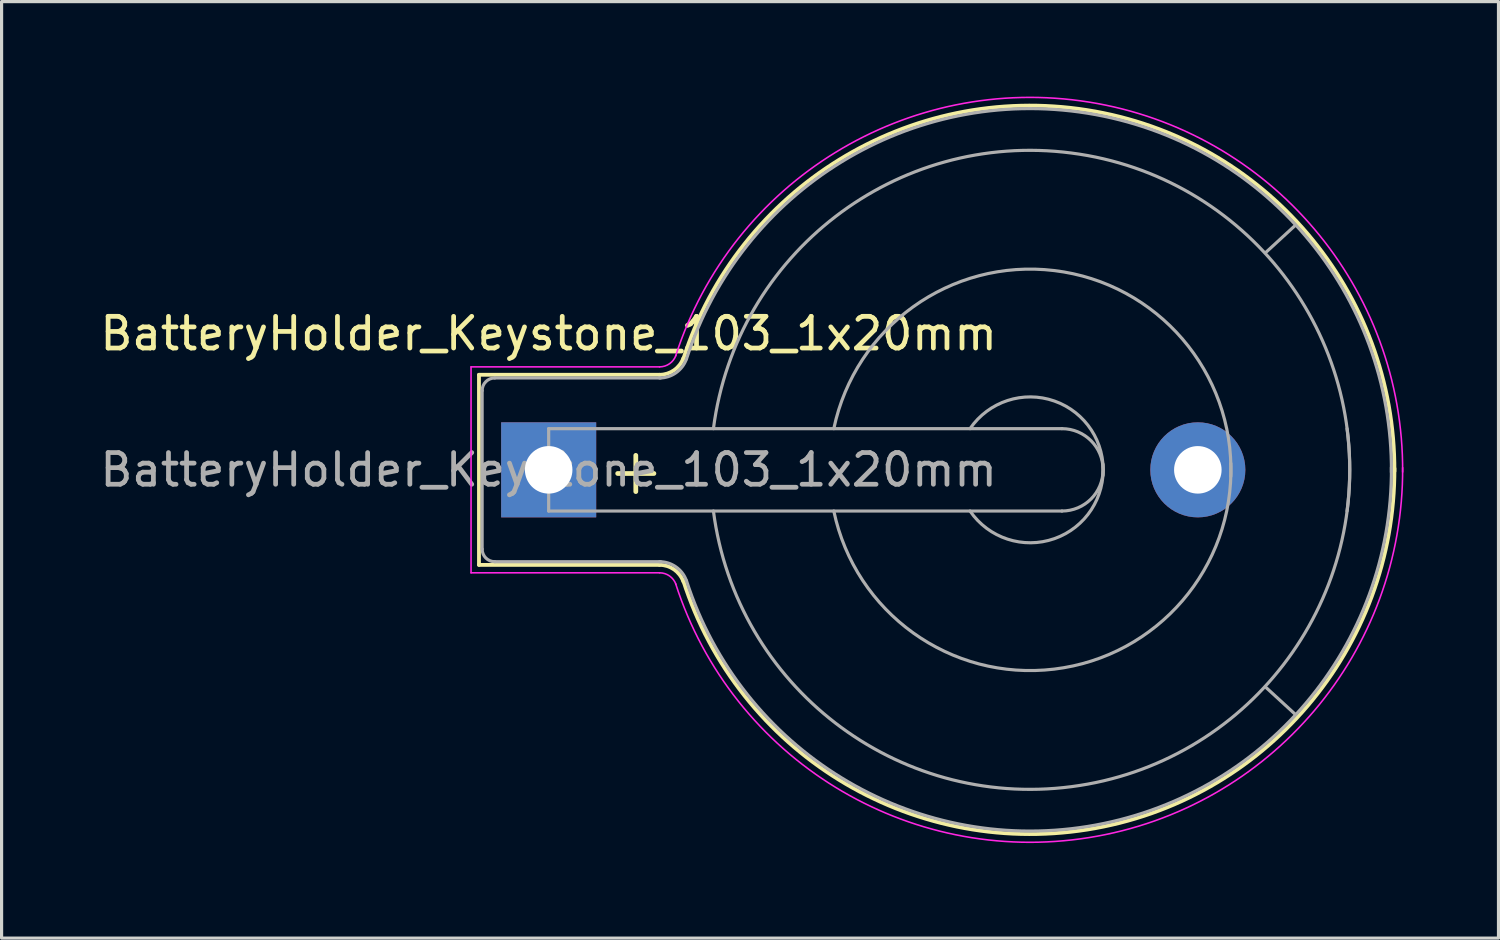
<source format=kicad_pcb>
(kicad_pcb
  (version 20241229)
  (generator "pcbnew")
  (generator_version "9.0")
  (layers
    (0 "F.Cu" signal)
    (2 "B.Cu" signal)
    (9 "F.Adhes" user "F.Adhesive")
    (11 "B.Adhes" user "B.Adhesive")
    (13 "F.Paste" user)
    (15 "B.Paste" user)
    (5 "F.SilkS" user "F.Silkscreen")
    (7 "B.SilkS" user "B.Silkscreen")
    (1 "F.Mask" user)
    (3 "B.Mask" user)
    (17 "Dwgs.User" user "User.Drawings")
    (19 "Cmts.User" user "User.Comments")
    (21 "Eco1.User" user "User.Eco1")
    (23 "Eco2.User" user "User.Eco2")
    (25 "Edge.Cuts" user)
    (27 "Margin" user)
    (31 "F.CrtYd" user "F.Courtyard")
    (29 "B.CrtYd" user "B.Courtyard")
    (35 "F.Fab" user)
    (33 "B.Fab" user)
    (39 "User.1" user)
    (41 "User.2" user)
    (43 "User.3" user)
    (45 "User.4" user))
  (footprint "BatteryHolder_Keystone_103_1x20mm"
    (layer "F.Cu")
    (at 14.268 11.78)
    (property "Reference" "BatteryHolder_Keystone_103_1x20mm" (at 0 -4.3 0) (layer "F.SilkS") (effects (font (size 1 1) (thickness 0.15))))
    (attr through_hole)
    (fp_line (start -2.2 -3) (end 3.5 -3) (stroke (width 0.12) (type solid)) (layer "F.SilkS"))
    (fp_line (start -2.2 3) (end -2.2 -3) (stroke (width 0.12) (type solid)) (layer "F.SilkS"))
    (fp_line (start -2.2 3) (end 3.5 3) (stroke (width 0.12) (type solid)) (layer "F.SilkS"))
    (fp_arc (start 3.5 3) (mid 3.958861 3.144678) (end 4.251754 3.526384) (stroke (width 0.12) (type solid)) (layer "F.SilkS"))
    (fp_arc (start 4.25 -3.5) (mid 16.993514 -11.35499) (end 26.695671 0.045281) (stroke (width 0.12) (type solid)) (layer "F.SilkS"))
    (fp_arc (start 4.251754 -3.526384) (mid 3.958861 -3.144678) (end 3.5 -3) (stroke (width 0.12) (type solid)) (layer "F.SilkS"))
    (fp_arc (start 26.695671 -0.045281) (mid 16.993514 11.35499) (end 4.25 3.5) (stroke (width 0.12) (type solid)) (layer "F.SilkS"))
    (fp_line (start -2.45 -3.25) (end 3.5 -3.25) (stroke (width 0.05) (type solid)) (layer "F.CrtYd"))
    (fp_line (start -2.45 3.25) (end -2.45 -3.25) (stroke (width 0.05) (type solid)) (layer "F.CrtYd"))
    (fp_line (start -2.45 3.25) (end 3.5 3.25) (stroke (width 0.05) (type solid)) (layer "F.CrtYd"))
    (fp_arc (start 3.5 3.25) (mid 3.815467 3.349466) (end 4.016831 3.611889) (stroke (width 0.05) (type solid)) (layer "F.CrtYd"))
    (fp_arc (start 4.01 -3.6) (mid 17.055841 -11.60741) (end 26.954634 0.068483) (stroke (width 0.05) (type solid)) (layer "F.CrtYd"))
    (fp_arc (start 4.016831 -3.611889) (mid 3.815467 -3.349466) (end 3.5 -3.25) (stroke (width 0.05) (type solid)) (layer "F.CrtYd"))
    (fp_arc (start 26.954634 -0.068483) (mid 17.055841 11.60741) (end 4.01 3.6) (stroke (width 0.05) (type solid)) (layer "F.CrtYd"))
    (fp_line (start -2.1 -2.5) (end -2.1 2.5) (stroke (width 0.1) (type solid)) (layer "F.Fab"))
    (fp_line (start -1.7 2.9) (end 3.531 2.9) (stroke (width 0.1) (type solid)) (layer "F.Fab"))
    (fp_line (start 0 -1.3) (end 0 1.3) (stroke (width 0.1) (type solid)) (layer "F.Fab"))
    (fp_line (start 0 1.3) (end 16.2 1.3) (stroke (width 0.1) (type solid)) (layer "F.Fab"))
    (fp_line (start 3.531 -2.9) (end -1.7 -2.9) (stroke (width 0.1) (type solid)) (layer "F.Fab"))
    (fp_line (start 16.2 -1.3) (end 0 -1.3) (stroke (width 0.1) (type solid)) (layer "F.Fab"))
    (fp_line (start 23.571 -7.722) (end 22.631 -6.858) (stroke (width 0.1) (type solid)) (layer "F.Fab"))
    (fp_line (start 23.571 7.722) (end 22.657 6.883) (stroke (width 0.1) (type solid)) (layer "F.Fab"))
    (fp_arc (start -2.1 -2.5) (mid -1.982843 -2.782843) (end -1.7 -2.9) (stroke (width 0.1) (type solid)) (layer "F.Fab"))
    (fp_arc (start -1.7 2.9) (mid -1.982843 2.782843) (end -2.1 2.5) (stroke (width 0.1) (type solid)) (layer "F.Fab"))
    (fp_arc (start 3.5 2.9) (mid 4.016219 3.062763) (end 4.345723 3.492182) (stroke (width 0.1) (type solid)) (layer "F.Fab"))
    (fp_arc (start 4.345723 -3.492182) (mid 4.016219 -3.062763) (end 3.5 -2.9) (stroke (width 0.1) (type solid)) (layer "F.Fab"))
    (fp_arc (start 4.35 -3.5) (mid 17.008726 -11.256154) (end 26.600299 0.075351) (stroke (width 0.1) (type solid)) (layer "F.Fab"))
    (fp_arc (start 5.2 -1.3) (mid 16.5 -10) (end 25.2 1.3) (stroke (width 0.1) (type solid)) (layer "F.Fab"))
    (fp_arc (start 9 -1.3) (mid 15.954687 -6.28971) (end 21.531551 0.203631) (stroke (width 0.1) (type solid)) (layer "F.Fab"))
    (fp_arc (start 13.3 -1.3) (mid 15.963947 -2.171724) (end 17.495448 0.175833) (stroke (width 0.1) (type solid)) (layer "F.Fab"))
    (fp_arc (start 16.2 -1.3) (mid 17.5 0) (end 16.2 1.3) (stroke (width 0.1) (type solid)) (layer "F.Fab"))
    (fp_arc (start 17.495448 -0.175833) (mid 15.963947 2.171724) (end 13.3 1.3) (stroke (width 0.1) (type solid)) (layer "F.Fab"))
    (fp_arc (start 21.531551 -0.203631) (mid 15.954687 6.28971) (end 9 1.3) (stroke (width 0.1) (type solid)) (layer "F.Fab"))
    (fp_arc (start 25.2 -1.3) (mid 16.5 10) (end 5.2 1.3) (stroke (width 0.1) (type solid)) (layer "F.Fab"))
    (fp_arc (start 26.600299 -0.075351) (mid 17.008726 11.256154) (end 4.35 3.5) (stroke (width 0.1) (type solid)) (layer "F.Fab"))
    (fp_text user "+" (at 2.75 0 0) (layer "F.SilkS") (effects (font (size 1.5 1.5) (thickness 0.15))))
    (fp_text user "${REFERENCE}" (at 0 0 0) (layer "F.Fab") (effects (font (size 1 1) (thickness 0.15))))
    (pad "1" thru_hole rect (at 0 0) (size 3 3) (drill 1.5) (layers "*.Cu" "*.Mask"))
    (pad "2" thru_hole circle (at 20.49 0) (size 3 3) (drill 1.5) (layers "*.Cu" "*.Mask")))
  (gr_rect
    (start -3 -3)
    (end 44.248 26.56)
    (stroke (width 0.1) (type default))
    (fill no)
    (layer "Edge.Cuts")))
</source>
